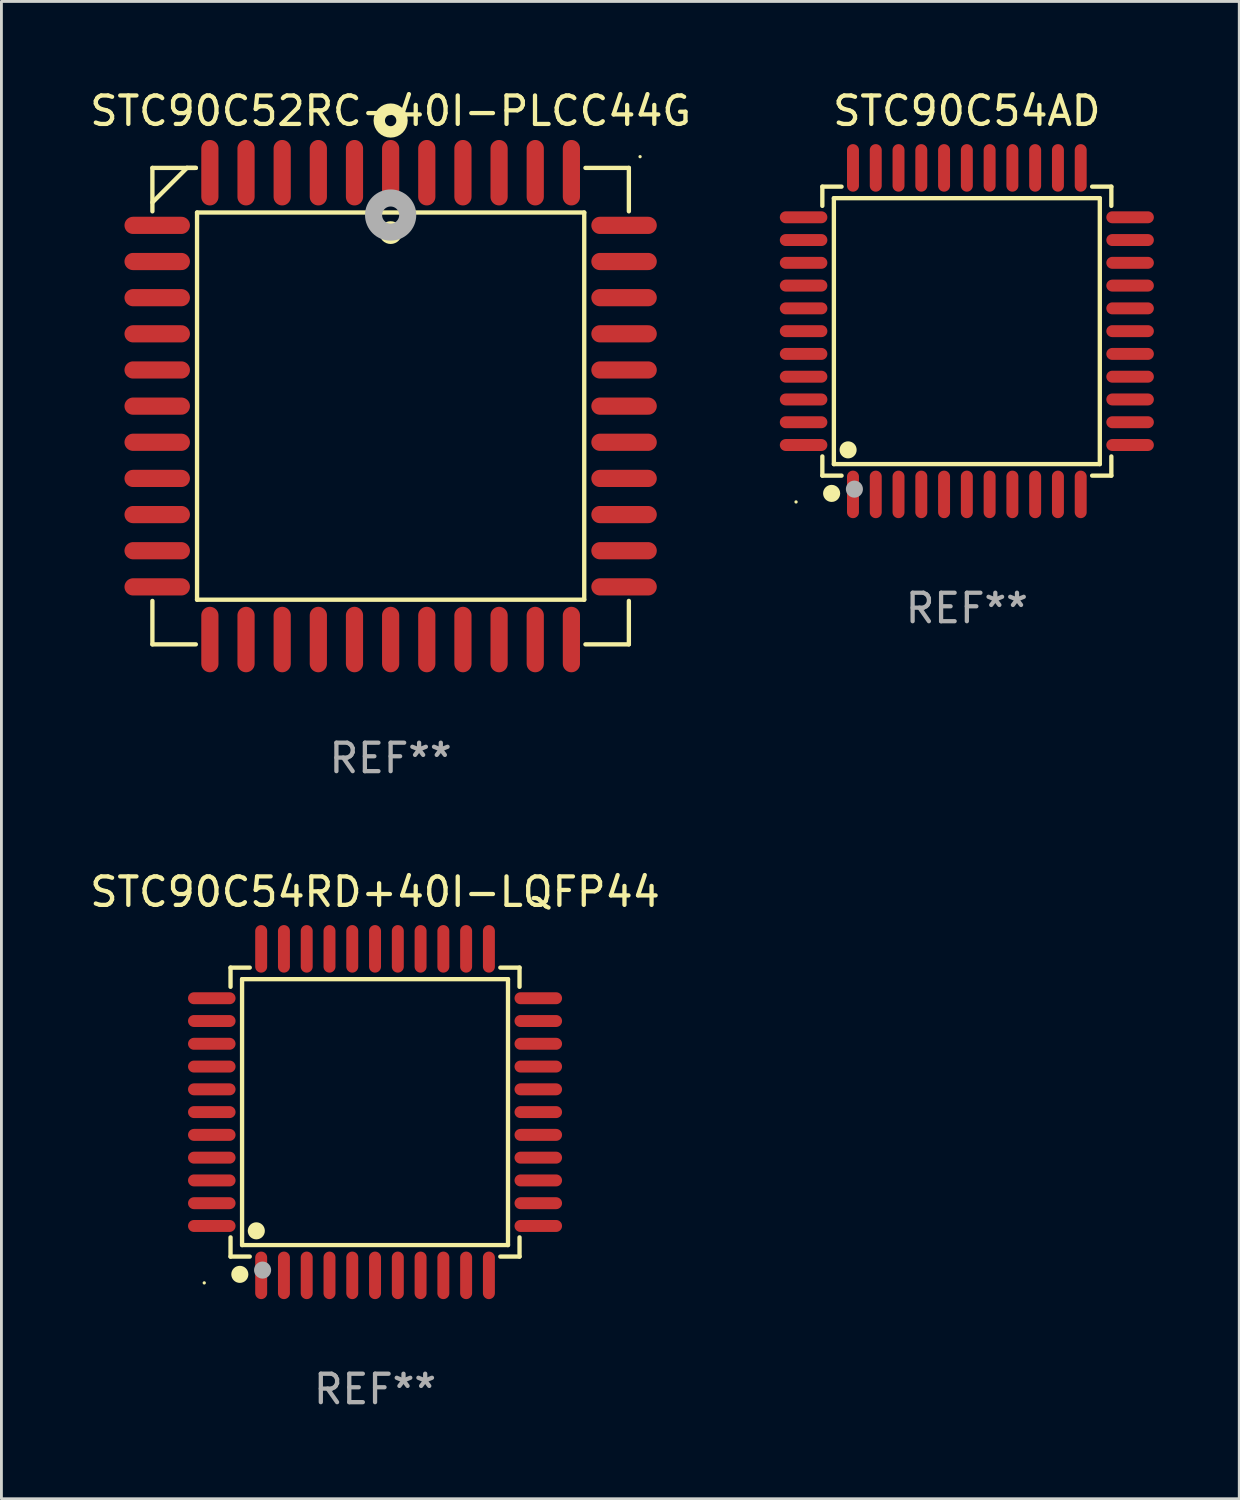
<source format=kicad_pcb>
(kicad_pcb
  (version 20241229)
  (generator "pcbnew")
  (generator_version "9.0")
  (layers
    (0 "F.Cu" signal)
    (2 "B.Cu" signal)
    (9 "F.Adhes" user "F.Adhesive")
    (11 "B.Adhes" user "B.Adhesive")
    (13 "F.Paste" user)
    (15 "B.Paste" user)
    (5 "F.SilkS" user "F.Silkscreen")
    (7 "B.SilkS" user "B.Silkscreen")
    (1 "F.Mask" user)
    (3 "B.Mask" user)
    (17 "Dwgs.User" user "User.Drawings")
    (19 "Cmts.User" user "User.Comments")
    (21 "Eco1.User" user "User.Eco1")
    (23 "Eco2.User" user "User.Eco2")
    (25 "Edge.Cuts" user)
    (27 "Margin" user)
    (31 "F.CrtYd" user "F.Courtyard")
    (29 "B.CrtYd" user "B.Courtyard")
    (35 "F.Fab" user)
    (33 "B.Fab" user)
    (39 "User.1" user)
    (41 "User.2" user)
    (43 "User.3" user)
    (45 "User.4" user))
  (footprint "STC90C54RD+40I-LQFP44"
    (layer "F.Cu")
    (at 10.125 36.018)
    (property "Reference" "STC90C54RD+40I-LQFP44" (at 0 -7.735 0) (layer "F.SilkS") (effects (font (size 1 1) (thickness 0.15))))
    (attr through_hole)
    (fp_line (start -5.076 -5.076) (end -4.401 -5.076) (stroke (width 0.152) (type solid)) (layer "F.SilkS"))
    (fp_line (start -5.076 -4.401) (end -5.076 -5.076) (stroke (width 0.152) (type solid)) (layer "F.SilkS"))
    (fp_line (start -5.076 4.401) (end -5.076 5.076) (stroke (width 0.152) (type solid)) (layer "F.SilkS"))
    (fp_line (start -5.076 5.076) (end -4.401 5.076) (stroke (width 0.152) (type solid)) (layer "F.SilkS"))
    (fp_line (start -4.671 -4.671) (end 4.671 -4.671) (stroke (width 0.152) (type solid)) (layer "F.SilkS"))
    (fp_line (start -4.671 4.671) (end -4.671 -4.671) (stroke (width 0.152) (type solid)) (layer "F.SilkS"))
    (fp_line (start 4.671 -4.671) (end 4.671 4.671) (stroke (width 0.152) (type solid)) (layer "F.SilkS"))
    (fp_line (start 4.671 4.671) (end -4.671 4.671) (stroke (width 0.152) (type solid)) (layer "F.SilkS"))
    (fp_line (start 5.076 -5.076) (end 4.401 -5.076) (stroke (width 0.152) (type solid)) (layer "F.SilkS"))
    (fp_line (start 5.076 -4.401) (end 5.076 -5.076) (stroke (width 0.152) (type solid)) (layer "F.SilkS"))
    (fp_line (start 5.076 4.401) (end 5.076 5.076) (stroke (width 0.152) (type solid)) (layer "F.SilkS"))
    (fp_line (start 5.076 5.076) (end 4.401 5.076) (stroke (width 0.152) (type solid)) (layer "F.SilkS"))
    (fp_circle (center -6 6) (end -5.97 6) (stroke (width 0.06) (type solid)) (fill no) (layer "F.SilkS"))
    (fp_circle (center -4.75 5.7) (end -4.6 5.7) (stroke (width 0.3) (type solid)) (fill no) (layer "F.SilkS"))
    (fp_circle (center -4.171 4.171) (end -4.021 4.171) (stroke (width 0.3) (type solid)) (fill no) (layer "F.SilkS"))
    (fp_circle (center -3.95 5.55) (end -3.8 5.55) (stroke (width 0.3) (type solid)) (fill no) (layer "F.Fab"))
    (fp_text user "REF**" (at 0 9.735 0) (layer "F.Fab") (effects (font (size 1 1) (thickness 0.15))))
    (pad "1" smd oval (at -4 5.735) (size 0.42 1.67) (layers "F.Cu" "F.Mask" "F.Paste"))
    (pad "2" smd oval (at -3.2 5.735) (size 0.42 1.67) (layers "F.Cu" "F.Mask" "F.Paste"))
    (pad "3" smd oval (at -2.4 5.735) (size 0.42 1.67) (layers "F.Cu" "F.Mask" "F.Paste"))
    (pad "4" smd oval (at -1.6 5.735) (size 0.42 1.67) (layers "F.Cu" "F.Mask" "F.Paste"))
    (pad "5" smd oval (at -0.8 5.735) (size 0.42 1.67) (layers "F.Cu" "F.Mask" "F.Paste"))
    (pad "6" smd oval (at 0 5.735) (size 0.42 1.67) (layers "F.Cu" "F.Mask" "F.Paste"))
    (pad "7" smd oval (at 0.8 5.735) (size 0.42 1.67) (layers "F.Cu" "F.Mask" "F.Paste"))
    (pad "8" smd oval (at 1.6 5.735) (size 0.42 1.67) (layers "F.Cu" "F.Mask" "F.Paste"))
    (pad "9" smd oval (at 2.4 5.735) (size 0.42 1.67) (layers "F.Cu" "F.Mask" "F.Paste"))
    (pad "10" smd oval (at 3.2 5.735) (size 0.42 1.67) (layers "F.Cu" "F.Mask" "F.Paste"))
    (pad "11" smd oval (at 4 5.735) (size 0.42 1.67) (layers "F.Cu" "F.Mask" "F.Paste"))
    (pad "12" smd oval (at 5.735 4) (size 1.67 0.42) (layers "F.Cu" "F.Mask" "F.Paste"))
    (pad "13" smd oval (at 5.735 3.2) (size 1.67 0.42) (layers "F.Cu" "F.Mask" "F.Paste"))
    (pad "14" smd oval (at 5.735 2.4) (size 1.67 0.42) (layers "F.Cu" "F.Mask" "F.Paste"))
    (pad "15" smd oval (at 5.735 1.6) (size 1.67 0.42) (layers "F.Cu" "F.Mask" "F.Paste"))
    (pad "16" smd oval (at 5.735 0.8) (size 1.67 0.42) (layers "F.Cu" "F.Mask" "F.Paste"))
    (pad "17" smd oval (at 5.735 0) (size 1.67 0.42) (layers "F.Cu" "F.Mask" "F.Paste"))
    (pad "18" smd oval (at 5.735 -0.8) (size 1.67 0.42) (layers "F.Cu" "F.Mask" "F.Paste"))
    (pad "19" smd oval (at 5.735 -1.6) (size 1.67 0.42) (layers "F.Cu" "F.Mask" "F.Paste"))
    (pad "20" smd oval (at 5.735 -2.4) (size 1.67 0.42) (layers "F.Cu" "F.Mask" "F.Paste"))
    (pad "21" smd oval (at 5.735 -3.2) (size 1.67 0.42) (layers "F.Cu" "F.Mask" "F.Paste"))
    (pad "22" smd oval (at 5.735 -4) (size 1.67 0.42) (layers "F.Cu" "F.Mask" "F.Paste"))
    (pad "23" smd oval (at 4 -5.735) (size 0.42 1.67) (layers "F.Cu" "F.Mask" "F.Paste"))
    (pad "24" smd oval (at 3.2 -5.735) (size 0.42 1.67) (layers "F.Cu" "F.Mask" "F.Paste"))
    (pad "25" smd oval (at 2.4 -5.735) (size 0.42 1.67) (layers "F.Cu" "F.Mask" "F.Paste"))
    (pad "26" smd oval (at 1.6 -5.735) (size 0.42 1.67) (layers "F.Cu" "F.Mask" "F.Paste"))
    (pad "27" smd oval (at 0.8 -5.735) (size 0.42 1.67) (layers "F.Cu" "F.Mask" "F.Paste"))
    (pad "28" smd oval (at 0 -5.735) (size 0.42 1.67) (layers "F.Cu" "F.Mask" "F.Paste"))
    (pad "29" smd oval (at -0.8 -5.735) (size 0.42 1.67) (layers "F.Cu" "F.Mask" "F.Paste"))
    (pad "30" smd oval (at -1.6 -5.735) (size 0.42 1.67) (layers "F.Cu" "F.Mask" "F.Paste"))
    (pad "31" smd oval (at -2.4 -5.735) (size 0.42 1.67) (layers "F.Cu" "F.Mask" "F.Paste"))
    (pad "32" smd oval (at -3.2 -5.735) (size 0.42 1.67) (layers "F.Cu" "F.Mask" "F.Paste"))
    (pad "33" smd oval (at -4 -5.735) (size 0.42 1.67) (layers "F.Cu" "F.Mask" "F.Paste"))
    (pad "34" smd oval (at -5.735 -4) (size 1.67 0.42) (layers "F.Cu" "F.Mask" "F.Paste"))
    (pad "35" smd oval (at -5.735 -3.2) (size 1.67 0.42) (layers "F.Cu" "F.Mask" "F.Paste"))
    (pad "36" smd oval (at -5.735 -2.4) (size 1.67 0.42) (layers "F.Cu" "F.Mask" "F.Paste"))
    (pad "37" smd oval (at -5.735 -1.6) (size 1.67 0.42) (layers "F.Cu" "F.Mask" "F.Paste"))
    (pad "38" smd oval (at -5.735 -0.8) (size 1.67 0.42) (layers "F.Cu" "F.Mask" "F.Paste"))
    (pad "39" smd oval (at -5.735 0) (size 1.67 0.42) (layers "F.Cu" "F.Mask" "F.Paste"))
    (pad "40" smd oval (at -5.735 0.8) (size 1.67 0.42) (layers "F.Cu" "F.Mask" "F.Paste"))
    (pad "41" smd oval (at -5.735 1.6) (size 1.67 0.42) (layers "F.Cu" "F.Mask" "F.Paste"))
    (pad "42" smd oval (at -5.735 2.4) (size 1.67 0.42) (layers "F.Cu" "F.Mask" "F.Paste"))
    (pad "43" smd oval (at -5.735 3.2) (size 1.67 0.42) (layers "F.Cu" "F.Mask" "F.Paste"))
    (pad "44" smd oval (at -5.735 4) (size 1.67 0.42) (layers "F.Cu" "F.Mask" "F.Paste")))
  (footprint "STC90C54AD"
    (layer "F.Cu")
    (at 30.915 8.583)
    (property "Reference" "STC90C54AD" (at 0 -7.735 0) (layer "F.SilkS") (effects (font (size 1 1) (thickness 0.15))))
    (attr through_hole)
    (fp_line (start -5.076 -5.076) (end -4.401 -5.076) (stroke (width 0.152) (type solid)) (layer "F.SilkS"))
    (fp_line (start -5.076 -4.401) (end -5.076 -5.076) (stroke (width 0.152) (type solid)) (layer "F.SilkS"))
    (fp_line (start -5.076 4.401) (end -5.076 5.076) (stroke (width 0.152) (type solid)) (layer "F.SilkS"))
    (fp_line (start -5.076 5.076) (end -4.401 5.076) (stroke (width 0.152) (type solid)) (layer "F.SilkS"))
    (fp_line (start -4.671 -4.671) (end 4.671 -4.671) (stroke (width 0.152) (type solid)) (layer "F.SilkS"))
    (fp_line (start -4.671 4.671) (end -4.671 -4.671) (stroke (width 0.152) (type solid)) (layer "F.SilkS"))
    (fp_line (start 4.671 -4.671) (end 4.671 4.671) (stroke (width 0.152) (type solid)) (layer "F.SilkS"))
    (fp_line (start 4.671 4.671) (end -4.671 4.671) (stroke (width 0.152) (type solid)) (layer "F.SilkS"))
    (fp_line (start 5.076 -5.076) (end 4.401 -5.076) (stroke (width 0.152) (type solid)) (layer "F.SilkS"))
    (fp_line (start 5.076 -4.401) (end 5.076 -5.076) (stroke (width 0.152) (type solid)) (layer "F.SilkS"))
    (fp_line (start 5.076 4.401) (end 5.076 5.076) (stroke (width 0.152) (type solid)) (layer "F.SilkS"))
    (fp_line (start 5.076 5.076) (end 4.401 5.076) (stroke (width 0.152) (type solid)) (layer "F.SilkS"))
    (fp_circle (center -6 6) (end -5.97 6) (stroke (width 0.06) (type solid)) (fill no) (layer "F.SilkS"))
    (fp_circle (center -4.75 5.7) (end -4.6 5.7) (stroke (width 0.3) (type solid)) (fill no) (layer "F.SilkS"))
    (fp_circle (center -4.171 4.171) (end -4.021 4.171) (stroke (width 0.3) (type solid)) (fill no) (layer "F.SilkS"))
    (fp_circle (center -3.95 5.55) (end -3.8 5.55) (stroke (width 0.3) (type solid)) (fill no) (layer "F.Fab"))
    (fp_text user "REF**" (at 0 9.735 0) (layer "F.Fab") (effects (font (size 1 1) (thickness 0.15))))
    (pad "1" smd oval (at -4 5.735) (size 0.42 1.67) (layers "F.Cu" "F.Mask" "F.Paste"))
    (pad "2" smd oval (at -3.2 5.735) (size 0.42 1.67) (layers "F.Cu" "F.Mask" "F.Paste"))
    (pad "3" smd oval (at -2.4 5.735) (size 0.42 1.67) (layers "F.Cu" "F.Mask" "F.Paste"))
    (pad "4" smd oval (at -1.6 5.735) (size 0.42 1.67) (layers "F.Cu" "F.Mask" "F.Paste"))
    (pad "5" smd oval (at -0.8 5.735) (size 0.42 1.67) (layers "F.Cu" "F.Mask" "F.Paste"))
    (pad "6" smd oval (at 0 5.735) (size 0.42 1.67) (layers "F.Cu" "F.Mask" "F.Paste"))
    (pad "7" smd oval (at 0.8 5.735) (size 0.42 1.67) (layers "F.Cu" "F.Mask" "F.Paste"))
    (pad "8" smd oval (at 1.6 5.735) (size 0.42 1.67) (layers "F.Cu" "F.Mask" "F.Paste"))
    (pad "9" smd oval (at 2.4 5.735) (size 0.42 1.67) (layers "F.Cu" "F.Mask" "F.Paste"))
    (pad "10" smd oval (at 3.2 5.735) (size 0.42 1.67) (layers "F.Cu" "F.Mask" "F.Paste"))
    (pad "11" smd oval (at 4 5.735) (size 0.42 1.67) (layers "F.Cu" "F.Mask" "F.Paste"))
    (pad "12" smd oval (at 5.735 4) (size 1.67 0.42) (layers "F.Cu" "F.Mask" "F.Paste"))
    (pad "13" smd oval (at 5.735 3.2) (size 1.67 0.42) (layers "F.Cu" "F.Mask" "F.Paste"))
    (pad "14" smd oval (at 5.735 2.4) (size 1.67 0.42) (layers "F.Cu" "F.Mask" "F.Paste"))
    (pad "15" smd oval (at 5.735 1.6) (size 1.67 0.42) (layers "F.Cu" "F.Mask" "F.Paste"))
    (pad "16" smd oval (at 5.735 0.8) (size 1.67 0.42) (layers "F.Cu" "F.Mask" "F.Paste"))
    (pad "17" smd oval (at 5.735 0) (size 1.67 0.42) (layers "F.Cu" "F.Mask" "F.Paste"))
    (pad "18" smd oval (at 5.735 -0.8) (size 1.67 0.42) (layers "F.Cu" "F.Mask" "F.Paste"))
    (pad "19" smd oval (at 5.735 -1.6) (size 1.67 0.42) (layers "F.Cu" "F.Mask" "F.Paste"))
    (pad "20" smd oval (at 5.735 -2.4) (size 1.67 0.42) (layers "F.Cu" "F.Mask" "F.Paste"))
    (pad "21" smd oval (at 5.735 -3.2) (size 1.67 0.42) (layers "F.Cu" "F.Mask" "F.Paste"))
    (pad "22" smd oval (at 5.735 -4) (size 1.67 0.42) (layers "F.Cu" "F.Mask" "F.Paste"))
    (pad "23" smd oval (at 4 -5.735) (size 0.42 1.67) (layers "F.Cu" "F.Mask" "F.Paste"))
    (pad "24" smd oval (at 3.2 -5.735) (size 0.42 1.67) (layers "F.Cu" "F.Mask" "F.Paste"))
    (pad "25" smd oval (at 2.4 -5.735) (size 0.42 1.67) (layers "F.Cu" "F.Mask" "F.Paste"))
    (pad "26" smd oval (at 1.6 -5.735) (size 0.42 1.67) (layers "F.Cu" "F.Mask" "F.Paste"))
    (pad "27" smd oval (at 0.8 -5.735) (size 0.42 1.67) (layers "F.Cu" "F.Mask" "F.Paste"))
    (pad "28" smd oval (at 0 -5.735) (size 0.42 1.67) (layers "F.Cu" "F.Mask" "F.Paste"))
    (pad "29" smd oval (at -0.8 -5.735) (size 0.42 1.67) (layers "F.Cu" "F.Mask" "F.Paste"))
    (pad "30" smd oval (at -1.6 -5.735) (size 0.42 1.67) (layers "F.Cu" "F.Mask" "F.Paste"))
    (pad "31" smd oval (at -2.4 -5.735) (size 0.42 1.67) (layers "F.Cu" "F.Mask" "F.Paste"))
    (pad "32" smd oval (at -3.2 -5.735) (size 0.42 1.67) (layers "F.Cu" "F.Mask" "F.Paste"))
    (pad "33" smd oval (at -4 -5.735) (size 0.42 1.67) (layers "F.Cu" "F.Mask" "F.Paste"))
    (pad "34" smd oval (at -5.735 -4) (size 1.67 0.42) (layers "F.Cu" "F.Mask" "F.Paste"))
    (pad "35" smd oval (at -5.735 -3.2) (size 1.67 0.42) (layers "F.Cu" "F.Mask" "F.Paste"))
    (pad "36" smd oval (at -5.735 -2.4) (size 1.67 0.42) (layers "F.Cu" "F.Mask" "F.Paste"))
    (pad "37" smd oval (at -5.735 -1.6) (size 1.67 0.42) (layers "F.Cu" "F.Mask" "F.Paste"))
    (pad "38" smd oval (at -5.735 -0.8) (size 1.67 0.42) (layers "F.Cu" "F.Mask" "F.Paste"))
    (pad "39" smd oval (at -5.735 0) (size 1.67 0.42) (layers "F.Cu" "F.Mask" "F.Paste"))
    (pad "40" smd oval (at -5.735 0.8) (size 1.67 0.42) (layers "F.Cu" "F.Mask" "F.Paste"))
    (pad "41" smd oval (at -5.735 1.6) (size 1.67 0.42) (layers "F.Cu" "F.Mask" "F.Paste"))
    (pad "42" smd oval (at -5.735 2.4) (size 1.67 0.42) (layers "F.Cu" "F.Mask" "F.Paste"))
    (pad "43" smd oval (at -5.735 3.2) (size 1.67 0.42) (layers "F.Cu" "F.Mask" "F.Paste"))
    (pad "44" smd oval (at -5.735 4) (size 1.67 0.42) (layers "F.Cu" "F.Mask" "F.Paste")))
  (footprint "STC90C52RC-40I-PLCC44G"
    (layer "F.Cu")
    (at 10.673 11.217)
    (property "Reference" "STC90C52RC-40I-PLCC44G" (at 0 -10.369 0) (layer "F.SilkS") (effects (font (size 1 1) (thickness 0.15))))
    (attr through_hole)
    (fp_line (start -8.369 -8.369) (end -8.369 -6.843) (stroke (width 0.152) (type solid)) (layer "F.SilkS"))
    (fp_line (start -8.369 8.369) (end -8.369 6.843) (stroke (width 0.152) (type solid)) (layer "F.SilkS"))
    (fp_line (start -7.156 -8.369) (end -8.369 -7.156) (stroke (width 0.152) (type solid)) (layer "F.SilkS"))
    (fp_line (start -6.843 -8.369) (end -8.369 -8.369) (stroke (width 0.152) (type solid)) (layer "F.SilkS"))
    (fp_line (start -6.843 -8.369) (end -7.156 -8.369) (stroke (width 0.152) (type solid)) (layer "F.SilkS"))
    (fp_line (start -6.843 8.369) (end -8.369 8.369) (stroke (width 0.152) (type solid)) (layer "F.SilkS"))
    (fp_line (start -6.801 -6.801) (end 6.801 -6.801) (stroke (width 0.152) (type solid)) (layer "F.SilkS"))
    (fp_line (start -6.801 6.801) (end -6.801 -6.801) (stroke (width 0.152) (type solid)) (layer "F.SilkS"))
    (fp_line (start 6.801 -6.801) (end 6.801 6.801) (stroke (width 0.152) (type solid)) (layer "F.SilkS"))
    (fp_line (start 6.801 6.801) (end -6.801 6.801) (stroke (width 0.152) (type solid)) (layer "F.SilkS"))
    (fp_line (start 6.843 -8.369) (end 8.369 -8.369) (stroke (width 0.152) (type solid)) (layer "F.SilkS"))
    (fp_line (start 6.843 8.369) (end 8.369 8.369) (stroke (width 0.152) (type solid)) (layer "F.SilkS"))
    (fp_line (start 8.369 -8.369) (end 8.369 -6.843) (stroke (width 0.152) (type solid)) (layer "F.SilkS"))
    (fp_line (start 8.369 8.369) (end 8.369 6.843) (stroke (width 0.152) (type solid)) (layer "F.SilkS"))
    (fp_circle (center -0.000013 -6.096) (end 0.2 -6.096) (stroke (width 0.4) (type solid)) (fill no) (layer "F.SilkS"))
    (fp_circle (center 0.000114 -10.033) (end 0.2 -10.033) (stroke (width 0.4) (type solid)) (fill no) (layer "F.SilkS"))
    (fp_circle (center 8.763 -8.763) (end 8.793 -8.763) (stroke (width 0.06) (type solid)) (fill no) (layer "F.SilkS"))
    (fp_circle (center 0.000114 -6.712) (end 0.3 -6.712) (stroke (width 0.6) (type solid)) (fill no) (layer "F.Fab"))
    (fp_text user "REF**" (at 0 12.369 0) (layer "F.Fab") (effects (font (size 1 1) (thickness 0.15))))
    (pad "1" smd oval (at 0.000114 -8.2) (size 0.604 2.3) (layers "F.Cu" "F.Mask" "F.Paste"))
    (pad "2" smd oval (at -1.27 -8.2) (size 0.604 2.3) (layers "F.Cu" "F.Mask" "F.Paste"))
    (pad "3" smd oval (at -2.54 -8.2) (size 0.604 2.3) (layers "F.Cu" "F.Mask" "F.Paste"))
    (pad "4" smd oval (at -3.81 -8.2) (size 0.604 2.3) (layers "F.Cu" "F.Mask" "F.Paste"))
    (pad "5" smd oval (at -5.08 -8.2) (size 0.604 2.3) (layers "F.Cu" "F.Mask" "F.Paste"))
    (pad "6" smd oval (at -6.35 -8.2) (size 0.604 2.3) (layers "F.Cu" "F.Mask" "F.Paste"))
    (pad "7" smd oval (at -8.2 -6.35) (size 2.3 0.604) (layers "F.Cu" "F.Mask" "F.Paste"))
    (pad "8" smd oval (at -8.2 -5.08) (size 2.3 0.604) (layers "F.Cu" "F.Mask" "F.Paste"))
    (pad "9" smd oval (at -8.2 -3.81) (size 2.3 0.604) (layers "F.Cu" "F.Mask" "F.Paste"))
    (pad "10" smd oval (at -8.2 -2.54) (size 2.3 0.604) (layers "F.Cu" "F.Mask" "F.Paste"))
    (pad "11" smd oval (at -8.2 -1.27) (size 2.3 0.604) (layers "F.Cu" "F.Mask" "F.Paste"))
    (pad "12" smd oval (at -8.2 0.000127) (size 2.3 0.604) (layers "F.Cu" "F.Mask" "F.Paste"))
    (pad "13" smd oval (at -8.2 1.27) (size 2.3 0.604) (layers "F.Cu" "F.Mask" "F.Paste"))
    (pad "14" smd oval (at -8.2 2.54) (size 2.3 0.604) (layers "F.Cu" "F.Mask" "F.Paste"))
    (pad "15" smd oval (at -8.2 3.81) (size 2.3 0.604) (layers "F.Cu" "F.Mask" "F.Paste"))
    (pad "16" smd oval (at -8.2 5.08) (size 2.3 0.604) (layers "F.Cu" "F.Mask" "F.Paste"))
    (pad "17" smd oval (at -8.2 6.35) (size 2.3 0.604) (layers "F.Cu" "F.Mask" "F.Paste"))
    (pad "18" smd oval (at -6.35 8.2) (size 0.604 2.3) (layers "F.Cu" "F.Mask" "F.Paste"))
    (pad "19" smd oval (at -5.08 8.2) (size 0.604 2.3) (layers "F.Cu" "F.Mask" "F.Paste"))
    (pad "20" smd oval (at -3.81 8.2) (size 0.604 2.3) (layers "F.Cu" "F.Mask" "F.Paste"))
    (pad "21" smd oval (at -2.54 8.2) (size 0.604 2.3) (layers "F.Cu" "F.Mask" "F.Paste"))
    (pad "22" smd oval (at -1.27 8.2) (size 0.604 2.3) (layers "F.Cu" "F.Mask" "F.Paste"))
    (pad "23" smd oval (at 0.000114 8.2) (size 0.604 2.3) (layers "F.Cu" "F.Mask" "F.Paste"))
    (pad "24" smd oval (at 1.27 8.2) (size 0.604 2.3) (layers "F.Cu" "F.Mask" "F.Paste"))
    (pad "25" smd oval (at 2.54 8.2) (size 0.604 2.3) (layers "F.Cu" "F.Mask" "F.Paste"))
    (pad "26" smd oval (at 3.81 8.2) (size 0.604 2.3) (layers "F.Cu" "F.Mask" "F.Paste"))
    (pad "27" smd oval (at 5.08 8.2) (size 0.604 2.3) (layers "F.Cu" "F.Mask" "F.Paste"))
    (pad "28" smd oval (at 6.35 8.2) (size 0.604 2.3) (layers "F.Cu" "F.Mask" "F.Paste"))
    (pad "29" smd oval (at 8.2 6.35) (size 2.3 0.604) (layers "F.Cu" "F.Mask" "F.Paste"))
    (pad "30" smd oval (at 8.2 5.08) (size 2.3 0.604) (layers "F.Cu" "F.Mask" "F.Paste"))
    (pad "31" smd oval (at 8.2 3.81) (size 2.3 0.604) (layers "F.Cu" "F.Mask" "F.Paste"))
    (pad "32" smd oval (at 8.2 2.54) (size 2.3 0.604) (layers "F.Cu" "F.Mask" "F.Paste"))
    (pad "33" smd oval (at 8.2 1.27) (size 2.3 0.604) (layers "F.Cu" "F.Mask" "F.Paste"))
    (pad "34" smd oval (at 8.2 0.000127) (size 2.3 0.604) (layers "F.Cu" "F.Mask" "F.Paste"))
    (pad "35" smd oval (at 8.2 -1.27) (size 2.3 0.604) (layers "F.Cu" "F.Mask" "F.Paste"))
    (pad "36" smd oval (at 8.2 -2.54) (size 2.3 0.604) (layers "F.Cu" "F.Mask" "F.Paste"))
    (pad "37" smd oval (at 8.2 -3.81) (size 2.3 0.604) (layers "F.Cu" "F.Mask" "F.Paste"))
    (pad "38" smd oval (at 8.2 -5.08) (size 2.3 0.604) (layers "F.Cu" "F.Mask" "F.Paste"))
    (pad "39" smd oval (at 8.2 -6.35) (size 2.3 0.604) (layers "F.Cu" "F.Mask" "F.Paste"))
    (pad "40" smd oval (at 6.35 -8.2) (size 0.604 2.3) (layers "F.Cu" "F.Mask" "F.Paste"))
    (pad "41" smd oval (at 5.08 -8.2) (size 0.604 2.3) (layers "F.Cu" "F.Mask" "F.Paste"))
    (pad "42" smd oval (at 3.81 -8.2) (size 0.604 2.3) (layers "F.Cu" "F.Mask" "F.Paste"))
    (pad "43" smd oval (at 2.54 -8.2) (size 0.604 2.3) (layers "F.Cu" "F.Mask" "F.Paste"))
    (pad "44" smd oval (at 1.27 -8.2) (size 0.604 2.3) (layers "F.Cu" "F.Mask" "F.Paste")))
  (gr_rect
    (start -3 -3)
    (end 40.485 49.602)
    (stroke (width 0.1) (type default))
    (fill no)
    (layer "Edge.Cuts")))
</source>
